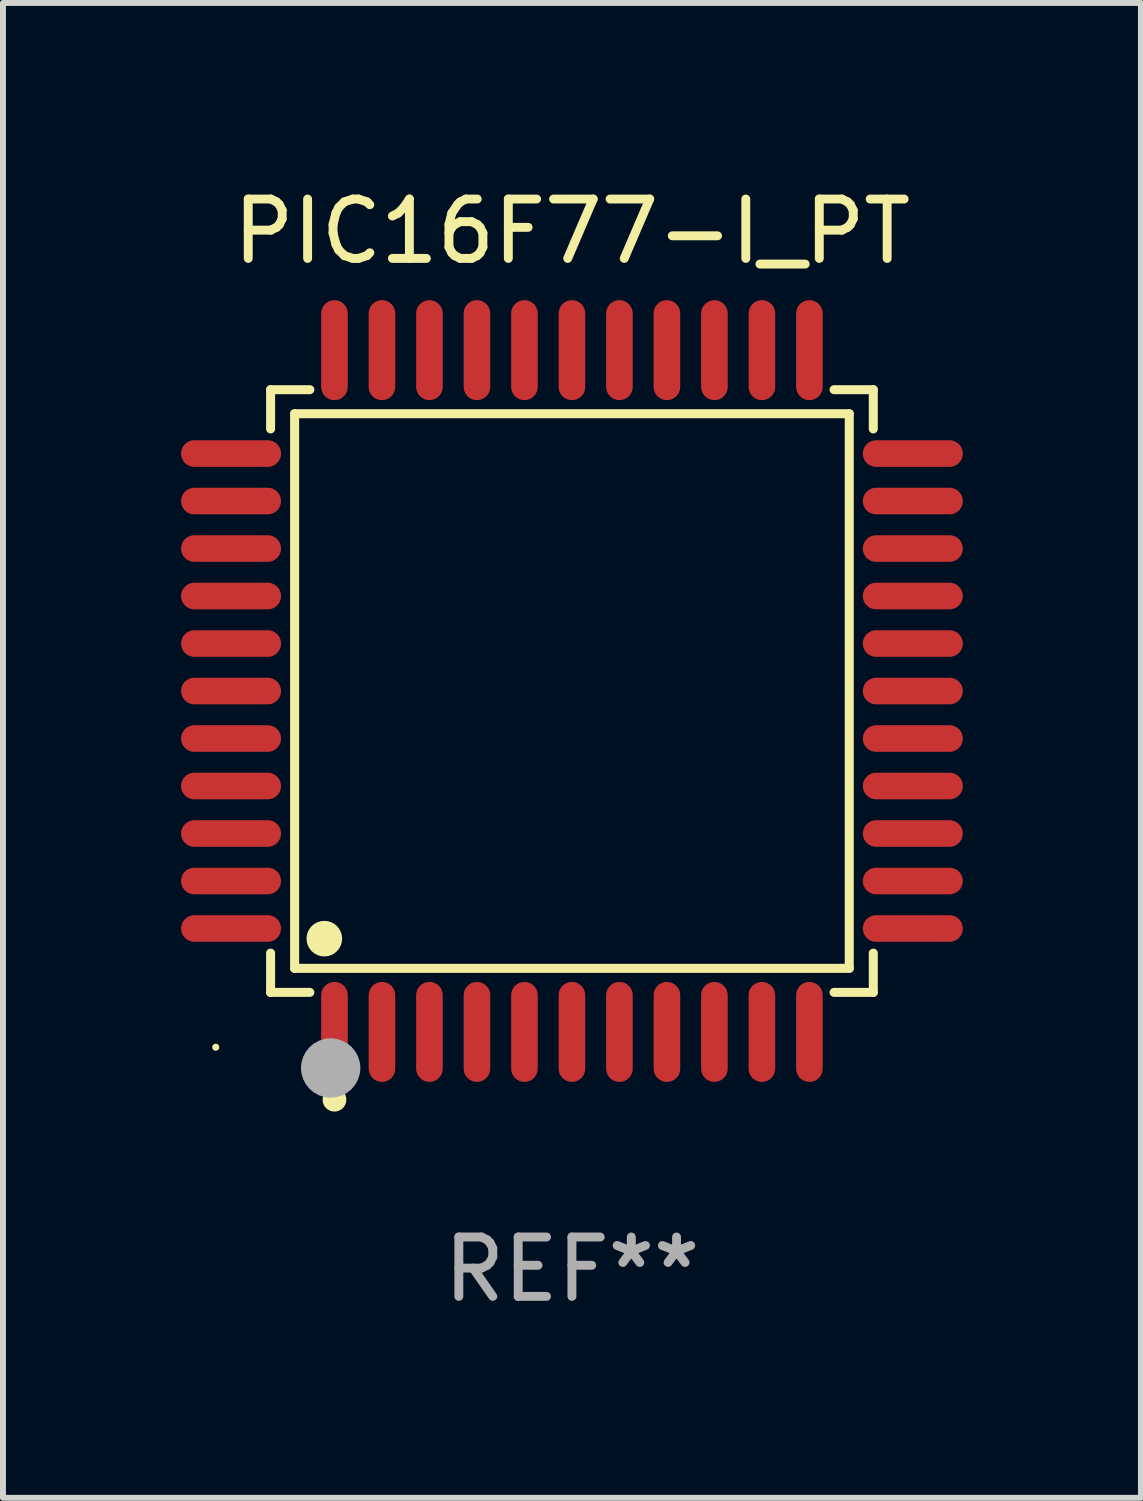
<source format=kicad_pcb>
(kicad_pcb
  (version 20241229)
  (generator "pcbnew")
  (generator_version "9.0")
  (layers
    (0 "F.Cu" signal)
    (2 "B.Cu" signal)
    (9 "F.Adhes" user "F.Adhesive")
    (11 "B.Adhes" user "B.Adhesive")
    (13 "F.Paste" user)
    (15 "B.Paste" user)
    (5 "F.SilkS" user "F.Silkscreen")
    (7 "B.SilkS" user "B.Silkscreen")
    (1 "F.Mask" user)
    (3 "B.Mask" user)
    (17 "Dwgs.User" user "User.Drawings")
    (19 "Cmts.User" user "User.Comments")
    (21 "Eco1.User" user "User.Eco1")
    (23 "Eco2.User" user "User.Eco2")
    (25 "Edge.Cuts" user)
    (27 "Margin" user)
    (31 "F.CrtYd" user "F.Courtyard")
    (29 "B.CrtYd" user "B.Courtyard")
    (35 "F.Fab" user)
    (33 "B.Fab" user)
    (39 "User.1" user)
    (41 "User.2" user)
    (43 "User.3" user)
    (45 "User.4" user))
  (footprint "PIC16F77-I_PT"
    (layer "F.Cu")
    (at 6.584 8.59)
    (property "Reference" "PIC16F77-I_PT" (at 0 -7.742 0) (layer "F.SilkS") (effects (font (size 1 1) (thickness 0.15))))
    (attr through_hole)
    (fp_line (start -5.076 -5.076) (end -4.415 -5.076) (stroke (width 0.152) (type solid)) (layer "F.SilkS"))
    (fp_line (start -5.076 -4.415) (end -5.076 -5.076) (stroke (width 0.152) (type solid)) (layer "F.SilkS"))
    (fp_line (start -5.076 4.415) (end -5.076 5.076) (stroke (width 0.152) (type solid)) (layer "F.SilkS"))
    (fp_line (start -5.076 5.076) (end -4.415 5.076) (stroke (width 0.152) (type solid)) (layer "F.SilkS"))
    (fp_line (start -4.671 -4.671) (end 4.671 -4.671) (stroke (width 0.152) (type solid)) (layer "F.SilkS"))
    (fp_line (start -4.671 4.671) (end -4.671 -4.671) (stroke (width 0.152) (type solid)) (layer "F.SilkS"))
    (fp_line (start 4.671 -4.671) (end 4.671 4.671) (stroke (width 0.152) (type solid)) (layer "F.SilkS"))
    (fp_line (start 4.671 4.671) (end -4.671 4.671) (stroke (width 0.152) (type solid)) (layer "F.SilkS"))
    (fp_line (start 5.076 -5.076) (end 4.415 -5.076) (stroke (width 0.152) (type solid)) (layer "F.SilkS"))
    (fp_line (start 5.076 -4.415) (end 5.076 -5.076) (stroke (width 0.152) (type solid)) (layer "F.SilkS"))
    (fp_line (start 5.076 4.415) (end 5.076 5.076) (stroke (width 0.152) (type solid)) (layer "F.SilkS"))
    (fp_line (start 5.076 5.076) (end 4.415 5.076) (stroke (width 0.152) (type solid)) (layer "F.SilkS"))
    (fp_circle (center -6 6) (end -5.97 6) (stroke (width 0.06) (type solid)) (fill no) (layer "F.SilkS"))
    (fp_circle (center -4.171 4.171) (end -4.021 4.171) (stroke (width 0.3) (type solid)) (fill no) (layer "F.SilkS"))
    (fp_circle (center -4 6.884) (end -3.9 6.884) (stroke (width 0.2) (type solid)) (fill no) (layer "F.SilkS"))
    (fp_circle (center -4.064 6.35) (end -3.814 6.35) (stroke (width 0.5) (type solid)) (fill no) (layer "F.Fab"))
    (fp_text user "REF**" (at 0 9.742 0) (layer "F.Fab") (effects (font (size 1 1) (thickness 0.15))))
    (pad "1" smd oval (at -4 5.742) (size 0.448 1.684) (layers "F.Cu" "F.Mask" "F.Paste"))
    (pad "2" smd oval (at -3.2 5.742) (size 0.448 1.684) (layers "F.Cu" "F.Mask" "F.Paste"))
    (pad "3" smd oval (at -2.4 5.742) (size 0.448 1.684) (layers "F.Cu" "F.Mask" "F.Paste"))
    (pad "4" smd oval (at -1.6 5.742) (size 0.448 1.684) (layers "F.Cu" "F.Mask" "F.Paste"))
    (pad "5" smd oval (at -0.8 5.742) (size 0.448 1.684) (layers "F.Cu" "F.Mask" "F.Paste"))
    (pad "6" smd oval (at 0 5.742) (size 0.448 1.684) (layers "F.Cu" "F.Mask" "F.Paste"))
    (pad "7" smd oval (at 0.8 5.742) (size 0.448 1.684) (layers "F.Cu" "F.Mask" "F.Paste"))
    (pad "8" smd oval (at 1.6 5.742) (size 0.448 1.684) (layers "F.Cu" "F.Mask" "F.Paste"))
    (pad "9" smd oval (at 2.4 5.742) (size 0.448 1.684) (layers "F.Cu" "F.Mask" "F.Paste"))
    (pad "10" smd oval (at 3.2 5.742) (size 0.448 1.684) (layers "F.Cu" "F.Mask" "F.Paste"))
    (pad "11" smd oval (at 4 5.742) (size 0.448 1.684) (layers "F.Cu" "F.Mask" "F.Paste"))
    (pad "12" smd oval (at 5.742 4) (size 1.684 0.448) (layers "F.Cu" "F.Mask" "F.Paste"))
    (pad "13" smd oval (at 5.742 3.2) (size 1.684 0.448) (layers "F.Cu" "F.Mask" "F.Paste"))
    (pad "14" smd oval (at 5.742 2.4) (size 1.684 0.448) (layers "F.Cu" "F.Mask" "F.Paste"))
    (pad "15" smd oval (at 5.742 1.6) (size 1.684 0.448) (layers "F.Cu" "F.Mask" "F.Paste"))
    (pad "16" smd oval (at 5.742 0.8) (size 1.684 0.448) (layers "F.Cu" "F.Mask" "F.Paste"))
    (pad "17" smd oval (at 5.742 0) (size 1.684 0.448) (layers "F.Cu" "F.Mask" "F.Paste"))
    (pad "18" smd oval (at 5.742 -0.8) (size 1.684 0.448) (layers "F.Cu" "F.Mask" "F.Paste"))
    (pad "19" smd oval (at 5.742 -1.6) (size 1.684 0.448) (layers "F.Cu" "F.Mask" "F.Paste"))
    (pad "20" smd oval (at 5.742 -2.4) (size 1.684 0.448) (layers "F.Cu" "F.Mask" "F.Paste"))
    (pad "21" smd oval (at 5.742 -3.2) (size 1.684 0.448) (layers "F.Cu" "F.Mask" "F.Paste"))
    (pad "22" smd oval (at 5.742 -4) (size 1.684 0.448) (layers "F.Cu" "F.Mask" "F.Paste"))
    (pad "23" smd oval (at 4 -5.742) (size 0.448 1.684) (layers "F.Cu" "F.Mask" "F.Paste"))
    (pad "24" smd oval (at 3.2 -5.742) (size 0.448 1.684) (layers "F.Cu" "F.Mask" "F.Paste"))
    (pad "25" smd oval (at 2.4 -5.742) (size 0.448 1.684) (layers "F.Cu" "F.Mask" "F.Paste"))
    (pad "26" smd oval (at 1.6 -5.742) (size 0.448 1.684) (layers "F.Cu" "F.Mask" "F.Paste"))
    (pad "27" smd oval (at 0.8 -5.742) (size 0.448 1.684) (layers "F.Cu" "F.Mask" "F.Paste"))
    (pad "28" smd oval (at 0 -5.742) (size 0.448 1.684) (layers "F.Cu" "F.Mask" "F.Paste"))
    (pad "29" smd oval (at -0.8 -5.742) (size 0.448 1.684) (layers "F.Cu" "F.Mask" "F.Paste"))
    (pad "30" smd oval (at -1.6 -5.742) (size 0.448 1.684) (layers "F.Cu" "F.Mask" "F.Paste"))
    (pad "31" smd oval (at -2.4 -5.742) (size 0.448 1.684) (layers "F.Cu" "F.Mask" "F.Paste"))
    (pad "32" smd oval (at -3.2 -5.742) (size 0.448 1.684) (layers "F.Cu" "F.Mask" "F.Paste"))
    (pad "33" smd oval (at -4 -5.742) (size 0.448 1.684) (layers "F.Cu" "F.Mask" "F.Paste"))
    (pad "34" smd oval (at -5.742 -4) (size 1.684 0.448) (layers "F.Cu" "F.Mask" "F.Paste"))
    (pad "35" smd oval (at -5.742 -3.2) (size 1.684 0.448) (layers "F.Cu" "F.Mask" "F.Paste"))
    (pad "36" smd oval (at -5.742 -2.4) (size 1.684 0.448) (layers "F.Cu" "F.Mask" "F.Paste"))
    (pad "37" smd oval (at -5.742 -1.6) (size 1.684 0.448) (layers "F.Cu" "F.Mask" "F.Paste"))
    (pad "38" smd oval (at -5.742 -0.8) (size 1.684 0.448) (layers "F.Cu" "F.Mask" "F.Paste"))
    (pad "39" smd oval (at -5.742 0) (size 1.684 0.448) (layers "F.Cu" "F.Mask" "F.Paste"))
    (pad "40" smd oval (at -5.742 0.8) (size 1.684 0.448) (layers "F.Cu" "F.Mask" "F.Paste"))
    (pad "41" smd oval (at -5.742 1.6) (size 1.684 0.448) (layers "F.Cu" "F.Mask" "F.Paste"))
    (pad "42" smd oval (at -5.742 2.4) (size 1.684 0.448) (layers "F.Cu" "F.Mask" "F.Paste"))
    (pad "43" smd oval (at -5.742 3.2) (size 1.684 0.448) (layers "F.Cu" "F.Mask" "F.Paste"))
    (pad "44" smd oval (at -5.742 4) (size 1.684 0.448) (layers "F.Cu" "F.Mask" "F.Paste")))
  (gr_rect
    (start -3 -3)
    (end 16.168 22.18)
    (stroke (width 0.1) (type default))
    (fill no)
    (layer "Edge.Cuts")))
</source>
